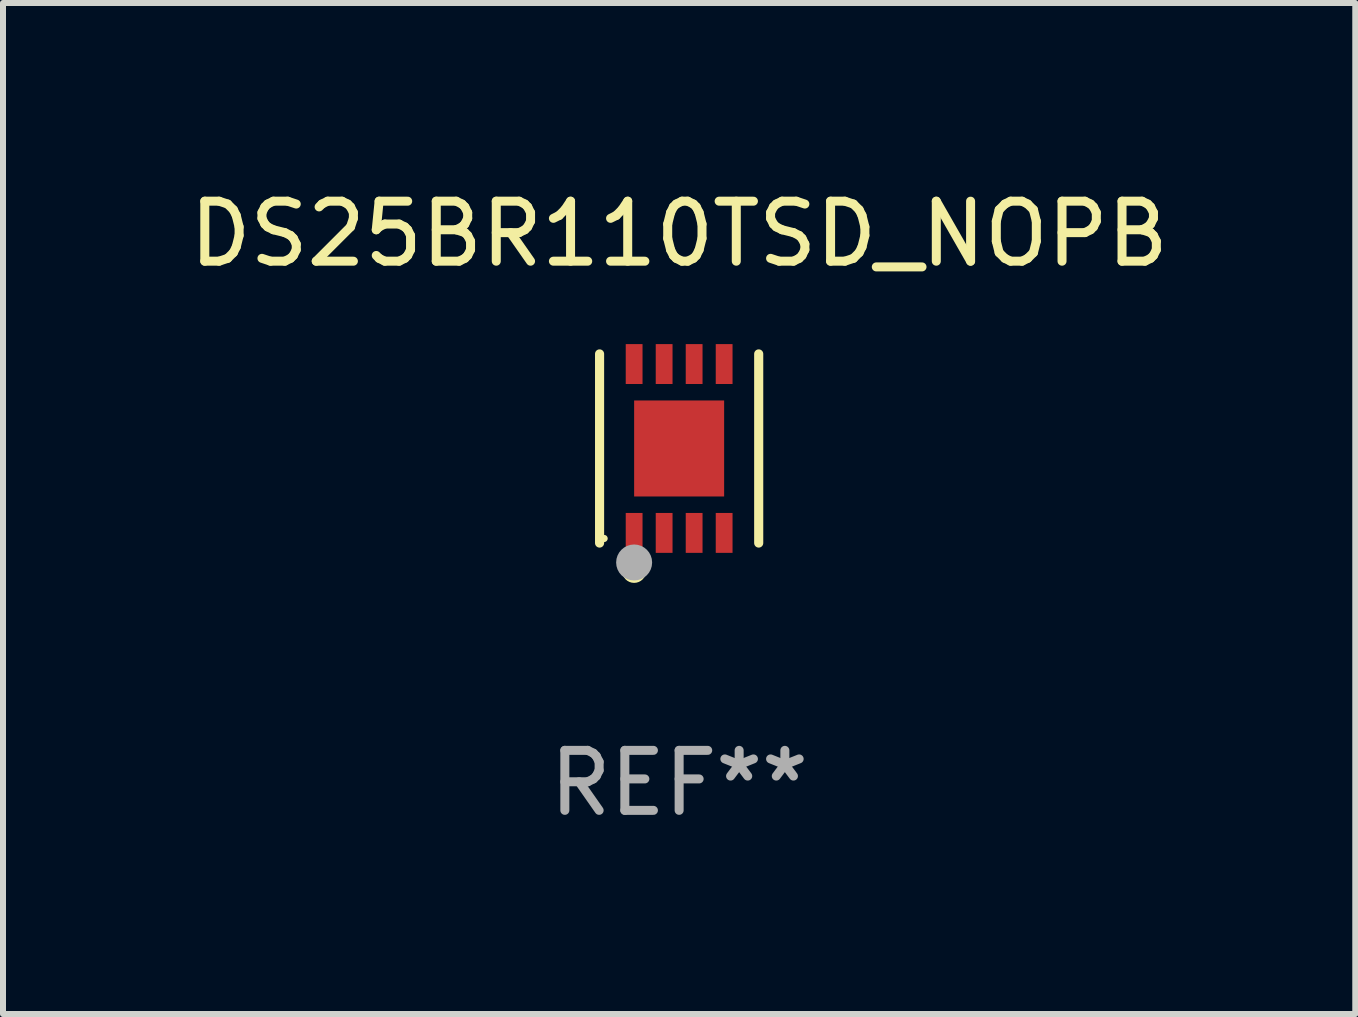
<source format=kicad_pcb>
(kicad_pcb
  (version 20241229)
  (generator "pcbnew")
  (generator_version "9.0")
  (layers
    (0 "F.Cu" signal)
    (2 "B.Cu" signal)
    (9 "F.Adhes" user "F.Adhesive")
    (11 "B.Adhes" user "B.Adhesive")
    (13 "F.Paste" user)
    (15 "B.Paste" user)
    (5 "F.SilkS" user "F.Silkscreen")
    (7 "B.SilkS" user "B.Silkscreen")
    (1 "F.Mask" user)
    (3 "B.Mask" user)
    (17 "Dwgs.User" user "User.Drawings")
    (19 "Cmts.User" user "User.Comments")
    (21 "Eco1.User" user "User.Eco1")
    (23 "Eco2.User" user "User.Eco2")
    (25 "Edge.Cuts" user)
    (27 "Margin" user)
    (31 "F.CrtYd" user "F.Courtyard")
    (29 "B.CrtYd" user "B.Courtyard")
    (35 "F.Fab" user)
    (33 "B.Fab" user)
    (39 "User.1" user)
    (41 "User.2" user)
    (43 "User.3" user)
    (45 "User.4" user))
  (footprint "DS25BR110TSD_NOPB"
    (layer "F.Cu")
    (at 8.268 4.424)
    (property "Reference" "DS25BR110TSD_NOPB" (at 0 -3.576 0) (layer "F.SilkS") (effects (font (size 1 1) (thickness 0.15))))
    (attr through_hole)
    (fp_line (start -1.326 1.576) (end -1.326 -1.576) (stroke (width 0.152) (type solid)) (layer "F.SilkS"))
    (fp_line (start 1.326 -1.576) (end 1.326 1.576) (stroke (width 0.152) (type solid)) (layer "F.SilkS"))
    (fp_circle (center -1.25 1.5) (end -1.22 1.5) (stroke (width 0.06) (type solid)) (fill no) (layer "F.SilkS"))
    (fp_circle (center -0.75 2.04) (end -0.65 2.04) (stroke (width 0.2) (type solid)) (fill no) (layer "F.SilkS"))
    (fp_circle (center -0.75 1.9) (end -0.6 1.9) (stroke (width 0.3) (type solid)) (fill no) (layer "F.Fab"))
    (fp_text user "REF**" (at 0 5.576 0) (layer "F.Fab") (effects (font (size 1 1) (thickness 0.15))))
    (pad "1" smd rect (at -0.75 1.407) (size 0.28 0.665) (layers "F.Cu" "F.Mask" "F.Paste"))
    (pad "2" smd rect (at -0.25 1.407) (size 0.28 0.665) (layers "F.Cu" "F.Mask" "F.Paste"))
    (pad "3" smd rect (at 0.25 1.407) (size 0.28 0.665) (layers "F.Cu" "F.Mask" "F.Paste"))
    (pad "4" smd rect (at 0.75 1.407) (size 0.28 0.665) (layers "F.Cu" "F.Mask" "F.Paste"))
    (pad "5" smd rect (at 0.75 -1.407) (size 0.28 0.665) (layers "F.Cu" "F.Mask" "F.Paste"))
    (pad "6" smd rect (at 0.25 -1.407) (size 0.28 0.665) (layers "F.Cu" "F.Mask" "F.Paste"))
    (pad "7" smd rect (at -0.25 -1.407) (size 0.28 0.665) (layers "F.Cu" "F.Mask" "F.Paste"))
    (pad "8" smd rect (at -0.75 -1.407) (size 0.28 0.665) (layers "F.Cu" "F.Mask" "F.Paste"))
    (pad "9" smd rect (at 0 0) (size 1.5 1.6) (layers "F.Cu" "F.Mask" "F.Paste")))
  (gr_rect
    (start -3 -3)
    (end 19.536 13.849)
    (stroke (width 0.1) (type default))
    (fill no)
    (layer "Edge.Cuts")))
</source>
